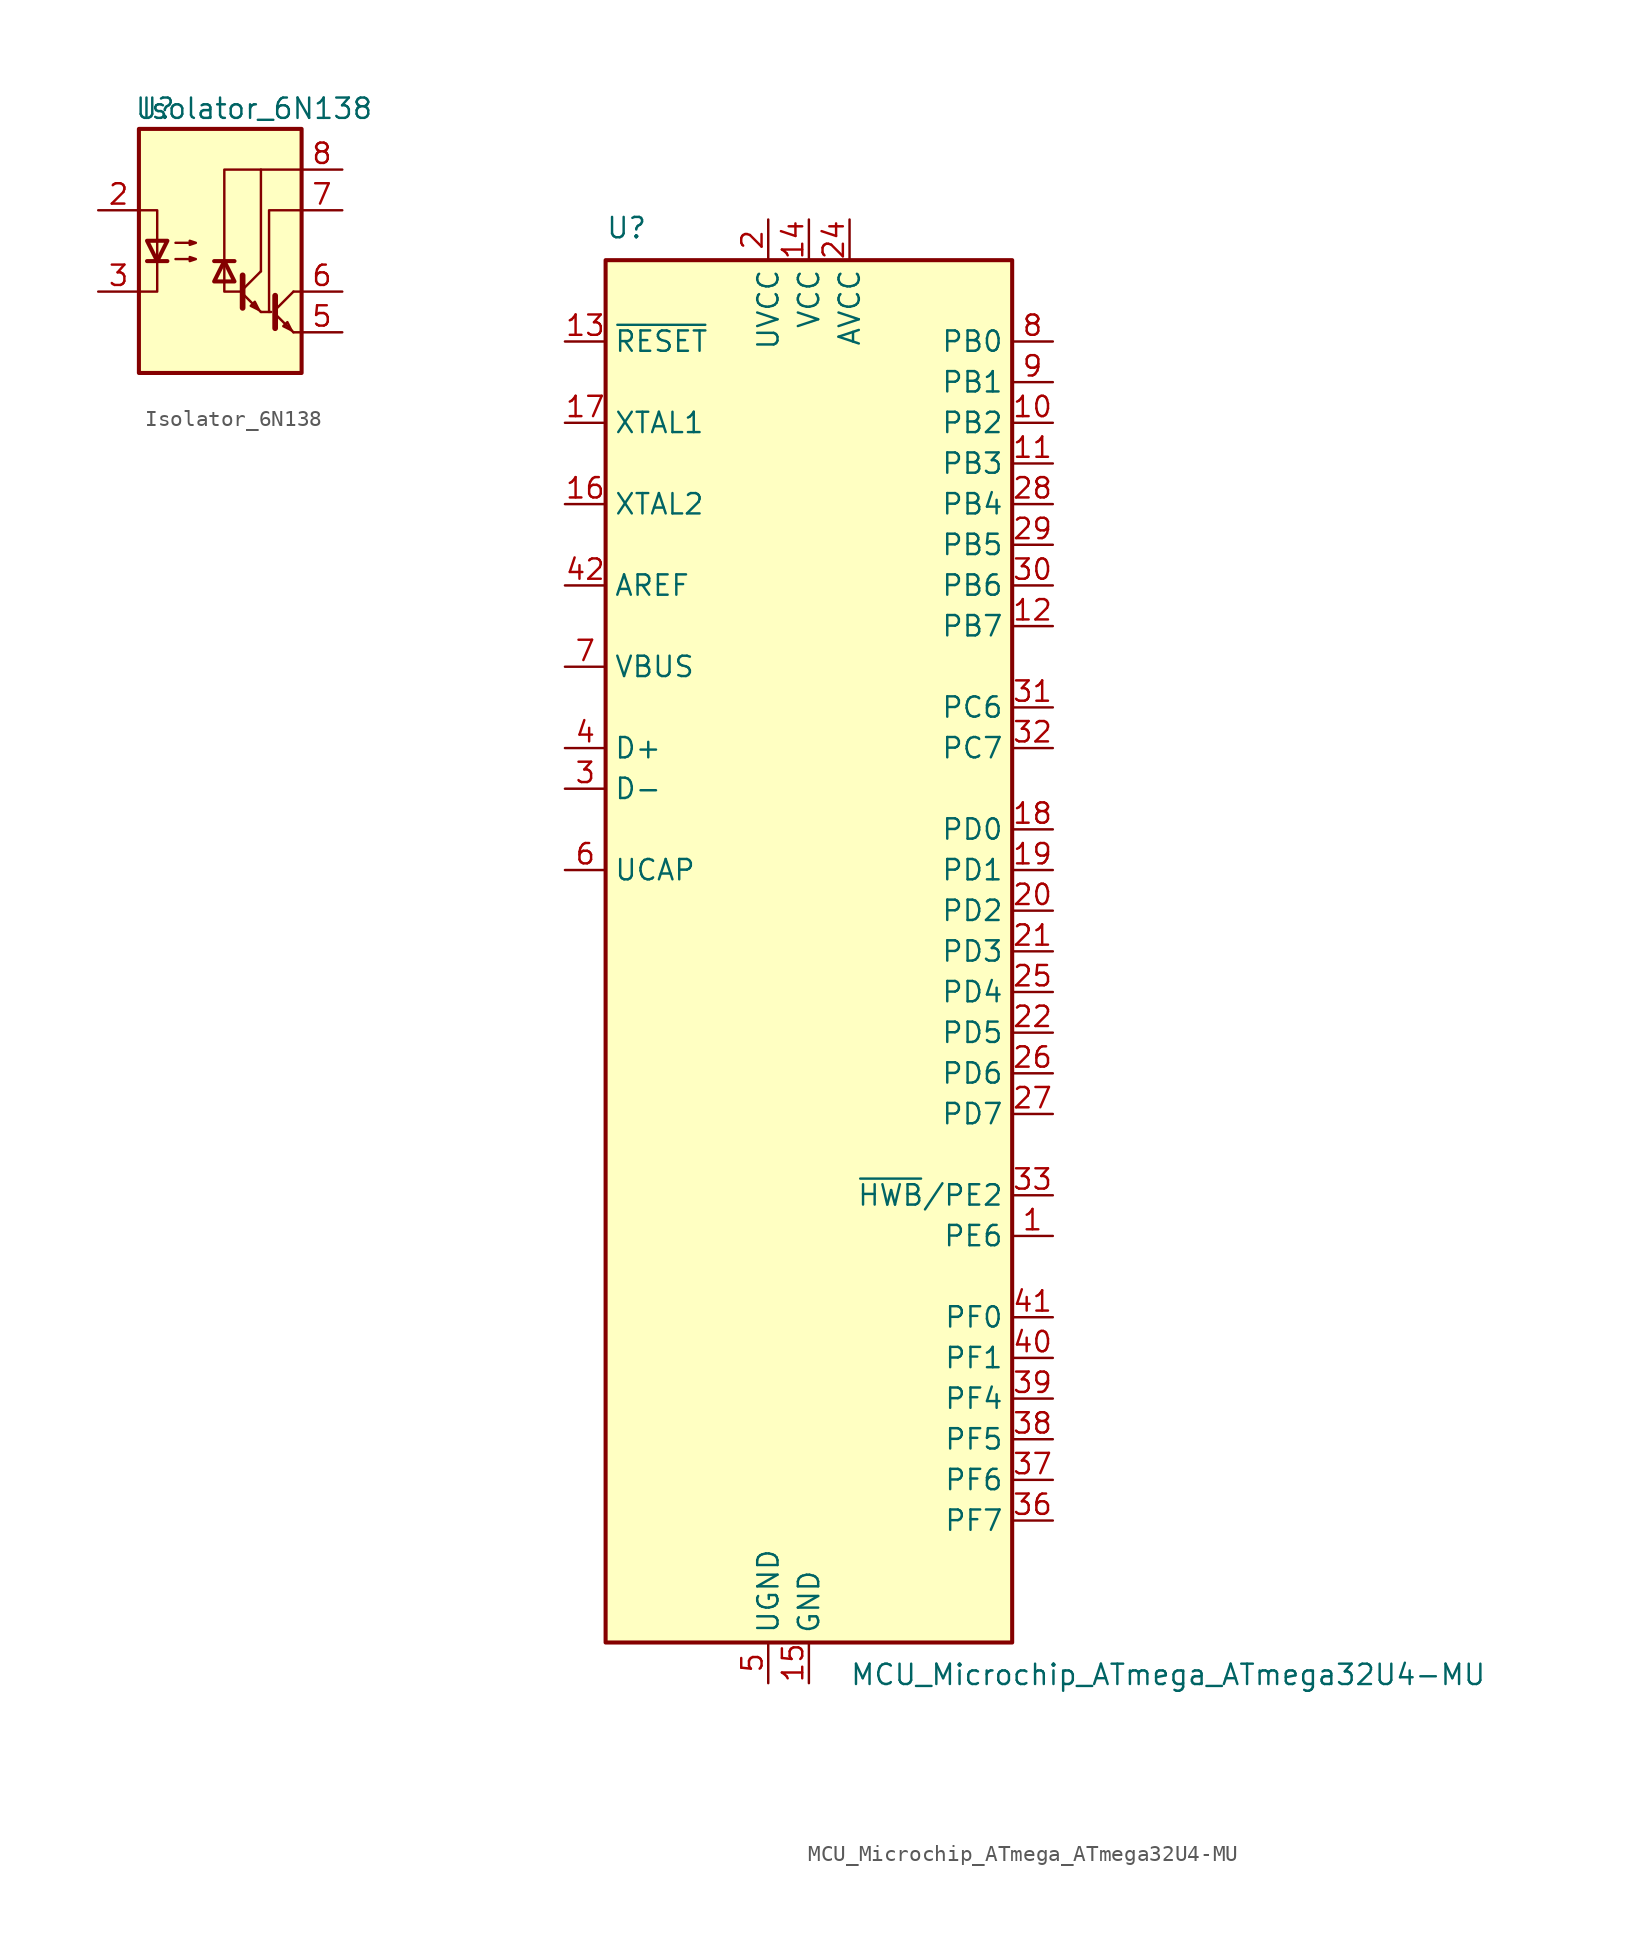
<source format=kicad_sym>
(kicad_symbol_lib
  (version 20231120)
  (generator "kicad_symbol_editor")
  (generator_version "8.0")
  (symbol "Isolator_6N138"
    (pin_names
      (offset 1.016) hide)
    (property "Reference" "U"
      (at -4.064 8.89 0)
      (effects (font (size 1.27 1.27))))
    (property "Value" "Isolator_6N138"
      (at 2.286 8.89 0)
      (effects (font (size 1.27 1.27))))
    (symbol "Isolator_6N138_0_1"
      (rectangle (start -5.08 7.62) (end 5.08 -7.62) (stroke (width 0.254) (type solid)) (fill (type background)))
      (polyline (pts (xy -4.572 -0.635) (xy -3.302 -0.635)) (stroke (width 0.254) (type solid)) (fill (type none)))
      (polyline (pts (xy 0.889 -0.635) (xy -0.381 -0.635)) (stroke (width 0.254) (type solid)) (fill (type none)))
      (polyline (pts (xy 1.397 -2.667) (xy 2.54 -3.81)) (stroke (width 0) (type solid)) (fill (type none)))
      (polyline (pts (xy 1.397 -2.413) (xy 2.54 -1.27)) (stroke (width 0) (type solid)) (fill (type none)))
      (polyline (pts (xy 2.54 -3.81) (xy 3.175 -3.81)) (stroke (width 0) (type solid)) (fill (type none)))
      (polyline (pts (xy 3.429 -3.937) (xy 4.572 -5.08)) (stroke (width 0) (type solid)) (fill (type none)))
      (polyline (pts (xy 3.429 -3.683) (xy 4.572 -2.54)) (stroke (width 0) (type solid)) (fill (type none)))
      (polyline (pts (xy 4.572 -5.08) (xy 5.08 -5.08)) (stroke (width 0) (type solid)) (fill (type none)))
      (polyline (pts (xy 4.572 -2.54) (xy 5.08 -2.54)) (stroke (width 0) (type solid)) (fill (type none)))
      (polyline (pts (xy 1.397 -1.524) (xy 1.397 -3.556) (xy 1.397 -3.556)) (stroke (width 0.356) (type solid)) (fill (type none)))
      (polyline (pts (xy 2.54 -1.27) (xy 2.54 5.08) (xy 5.08 5.08)) (stroke (width 0) (type solid)) (fill (type none)))
      (polyline (pts (xy 3.429 -2.794) (xy 3.429 -4.826) (xy 3.429 -4.826)) (stroke (width 0.356) (type solid)) (fill (type none)))
      (polyline (pts (xy 5.08 2.54) (xy 3.048 2.54) (xy 3.048 -3.81)) (stroke (width 0) (type solid)) (fill (type none)))
      (polyline (pts (xy -5.08 -2.54) (xy -3.937 -2.54) (xy -3.937 2.54) (xy -5.08 2.54)) (stroke (width 0) (type solid)) (fill (type none)))
      (polyline (pts (xy -3.937 -0.635) (xy -4.572 0.635) (xy -3.302 0.635) (xy -3.937 -0.635)) (stroke (width 0.254) (type solid)) (fill (type none)))
      (polyline (pts (xy 0.254 -0.635) (xy 0.889 -1.905) (xy -0.381 -1.905) (xy 0.254 -0.635)) (stroke (width 0.254) (type solid)) (fill (type none)))
      (polyline (pts (xy 1.27 -2.54) (xy 0.254 -2.54) (xy 0.254 5.08) (xy 2.54 5.08)) (stroke (width 0) (type solid)) (fill (type none)))
      (polyline (pts (xy 2.413 -3.683) (xy 2.159 -3.175) (xy 1.905 -3.429) (xy 2.413 -3.683)) (stroke (width 0) (type solid)) (fill (type none)))
      (polyline (pts (xy 4.445 -4.953) (xy 4.191 -4.445) (xy 3.937 -4.699) (xy 4.445 -4.953)) (stroke (width 0) (type solid)) (fill (type none)))
      (polyline (pts (xy -2.794 -0.508) (xy -1.524 -0.508) (xy -1.905 -0.635) (xy -1.905 -0.381) (xy -1.524 -0.508)) (stroke (width 0) (type solid)) (fill (type none)))
      (polyline (pts (xy -2.794 0.508) (xy -1.524 0.508) (xy -1.905 0.381) (xy -1.905 0.635) (xy -1.524 0.508)) (stroke (width 0) (type solid)) (fill (type none))))
    (symbol "Isolator_6N138_1_1"
      (pin no_connect line (at -5.08 5.08 0) (length 2.54) hide (name "NC" (effects (font (size 1.27 1.27)))) (number "1" (effects (font (size 1.27 1.27)))))
      (pin passive line (at -7.62 2.54 0) (length 2.54) (name "C1" (effects (font (size 1.27 1.27)))) (number "2" (effects (font (size 1.27 1.27)))))
      (pin passive line (at -7.62 -2.54 0) (length 2.54) (name "C2" (effects (font (size 1.27 1.27)))) (number "3" (effects (font (size 1.27 1.27)))))
      (pin no_connect line (at -5.08 -5.08 0) (length 2.54) hide (name "NC" (effects (font (size 1.27 1.27)))) (number "4" (effects (font (size 1.27 1.27)))))
      (pin passive line (at 7.62 -5.08 180) (length 2.54) (name "GND" (effects (font (size 1.27 1.27)))) (number "5" (effects (font (size 1.27 1.27)))))
      (pin passive line (at 7.62 -2.54 180) (length 2.54) (name "VO2" (effects (font (size 1.27 1.27)))) (number "6" (effects (font (size 1.27 1.27)))))
      (pin passive line (at 7.62 2.54 180) (length 2.54) (name "VO1" (effects (font (size 1.27 1.27)))) (number "7" (effects (font (size 1.27 1.27)))))
      (pin passive line (at 7.62 5.08 180) (length 2.54) (name "VCC" (effects (font (size 1.27 1.27)))) (number "8" (effects (font (size 1.27 1.27)))))))
  (symbol "MCU_Microchip_ATmega_ATmega32U4-MU"
    (property "Reference" "U"
      (at -12.7 44.45 0)
      (effects (font (size 1.27 1.27)) (justify left bottom)))
    (property "Value" "MCU_Microchip_ATmega_ATmega32U4-MU"
      (at 2.54 -44.45 0)
      (effects (font (size 1.27 1.27)) (justify left top)))
    (symbol "MCU_Microchip_ATmega_ATmega32U4-MU_0_1"
      (rectangle (start -12.7 -43.18) (end 12.7 43.18) (stroke (width 0.254) (type solid)) (fill (type background))))
    (symbol "MCU_Microchip_ATmega_ATmega32U4-MU_1_1"
      (pin bidirectional line (at 15.24 -17.78 180) (length 2.54) (name "PE6" (effects (font (size 1.27 1.27)))) (number "1" (effects (font (size 1.27 1.27)))))
      (pin bidirectional line (at 15.24 33.02 180) (length 2.54) (name "PB2" (effects (font (size 1.27 1.27)))) (number "10" (effects (font (size 1.27 1.27)))))
      (pin bidirectional line (at 15.24 30.48 180) (length 2.54) (name "PB3" (effects (font (size 1.27 1.27)))) (number "11" (effects (font (size 1.27 1.27)))))
      (pin bidirectional line (at 15.24 20.32 180) (length 2.54) (name "PB7" (effects (font (size 1.27 1.27)))) (number "12" (effects (font (size 1.27 1.27)))))
      (pin input line (at -15.24 38.1 0) (length 2.54) (name "~{RESET}" (effects (font (size 1.27 1.27)))) (number "13" (effects (font (size 1.27 1.27)))))
      (pin power_in line (at 0 45.72 270) (length 2.54) (name "VCC" (effects (font (size 1.27 1.27)))) (number "14" (effects (font (size 1.27 1.27)))))
      (pin power_in line (at 0 -45.72 90) (length 2.54) (name "GND" (effects (font (size 1.27 1.27)))) (number "15" (effects (font (size 1.27 1.27)))))
      (pin output line (at -15.24 27.94 0) (length 2.54) (name "XTAL2" (effects (font (size 1.27 1.27)))) (number "16" (effects (font (size 1.27 1.27)))))
      (pin input line (at -15.24 33.02 0) (length 2.54) (name "XTAL1" (effects (font (size 1.27 1.27)))) (number "17" (effects (font (size 1.27 1.27)))))
      (pin bidirectional line (at 15.24 7.62 180) (length 2.54) (name "PD0" (effects (font (size 1.27 1.27)))) (number "18" (effects (font (size 1.27 1.27)))))
      (pin bidirectional line (at 15.24 5.08 180) (length 2.54) (name "PD1" (effects (font (size 1.27 1.27)))) (number "19" (effects (font (size 1.27 1.27)))))
      (pin power_in line (at -2.54 45.72 270) (length 2.54) (name "UVCC" (effects (font (size 1.27 1.27)))) (number "2" (effects (font (size 1.27 1.27)))))
      (pin bidirectional line (at 15.24 2.54 180) (length 2.54) (name "PD2" (effects (font (size 1.27 1.27)))) (number "20" (effects (font (size 1.27 1.27)))))
      (pin bidirectional line (at 15.24 0 180) (length 2.54) (name "PD3" (effects (font (size 1.27 1.27)))) (number "21" (effects (font (size 1.27 1.27)))))
      (pin bidirectional line (at 15.24 -5.08 180) (length 2.54) (name "PD5" (effects (font (size 1.27 1.27)))) (number "22" (effects (font (size 1.27 1.27)))))
      (pin passive line (at 0 -45.72 90) (length 2.54) hide (name "GND" (effects (font (size 1.27 1.27)))) (number "23" (effects (font (size 1.27 1.27)))))
      (pin power_in line (at 2.54 45.72 270) (length 2.54) (name "AVCC" (effects (font (size 1.27 1.27)))) (number "24" (effects (font (size 1.27 1.27)))))
      (pin bidirectional line (at 15.24 -2.54 180) (length 2.54) (name "PD4" (effects (font (size 1.27 1.27)))) (number "25" (effects (font (size 1.27 1.27)))))
      (pin bidirectional line (at 15.24 -7.62 180) (length 2.54) (name "PD6" (effects (font (size 1.27 1.27)))) (number "26" (effects (font (size 1.27 1.27)))))
      (pin bidirectional line (at 15.24 -10.16 180) (length 2.54) (name "PD7" (effects (font (size 1.27 1.27)))) (number "27" (effects (font (size 1.27 1.27)))))
      (pin bidirectional line (at 15.24 27.94 180) (length 2.54) (name "PB4" (effects (font (size 1.27 1.27)))) (number "28" (effects (font (size 1.27 1.27)))))
      (pin bidirectional line (at 15.24 25.4 180) (length 2.54) (name "PB5" (effects (font (size 1.27 1.27)))) (number "29" (effects (font (size 1.27 1.27)))))
      (pin bidirectional line (at -15.24 10.16 0) (length 2.54) (name "D-" (effects (font (size 1.27 1.27)))) (number "3" (effects (font (size 1.27 1.27)))))
      (pin bidirectional line (at 15.24 22.86 180) (length 2.54) (name "PB6" (effects (font (size 1.27 1.27)))) (number "30" (effects (font (size 1.27 1.27)))))
      (pin bidirectional line (at 15.24 15.24 180) (length 2.54) (name "PC6" (effects (font (size 1.27 1.27)))) (number "31" (effects (font (size 1.27 1.27)))))
      (pin bidirectional line (at 15.24 12.7 180) (length 2.54) (name "PC7" (effects (font (size 1.27 1.27)))) (number "32" (effects (font (size 1.27 1.27)))))
      (pin bidirectional line (at 15.24 -15.24 180) (length 2.54) (name "~{HWB}/PE2" (effects (font (size 1.27 1.27)))) (number "33" (effects (font (size 1.27 1.27)))))
      (pin passive line (at 0 45.72 270) (length 2.54) hide (name "VCC" (effects (font (size 1.27 1.27)))) (number "34" (effects (font (size 1.27 1.27)))))
      (pin passive line (at 0 -45.72 90) (length 2.54) hide (name "GND" (effects (font (size 1.27 1.27)))) (number "35" (effects (font (size 1.27 1.27)))))
      (pin bidirectional line (at 15.24 -35.56 180) (length 2.54) (name "PF7" (effects (font (size 1.27 1.27)))) (number "36" (effects (font (size 1.27 1.27)))))
      (pin bidirectional line (at 15.24 -33.02 180) (length 2.54) (name "PF6" (effects (font (size 1.27 1.27)))) (number "37" (effects (font (size 1.27 1.27)))))
      (pin bidirectional line (at 15.24 -30.48 180) (length 2.54) (name "PF5" (effects (font (size 1.27 1.27)))) (number "38" (effects (font (size 1.27 1.27)))))
      (pin bidirectional line (at 15.24 -27.94 180) (length 2.54) (name "PF4" (effects (font (size 1.27 1.27)))) (number "39" (effects (font (size 1.27 1.27)))))
      (pin bidirectional line (at -15.24 12.7 0) (length 2.54) (name "D+" (effects (font (size 1.27 1.27)))) (number "4" (effects (font (size 1.27 1.27)))))
      (pin bidirectional line (at 15.24 -25.4 180) (length 2.54) (name "PF1" (effects (font (size 1.27 1.27)))) (number "40" (effects (font (size 1.27 1.27)))))
      (pin bidirectional line (at 15.24 -22.86 180) (length 2.54) (name "PF0" (effects (font (size 1.27 1.27)))) (number "41" (effects (font (size 1.27 1.27)))))
      (pin passive line (at -15.24 22.86 0) (length 2.54) (name "AREF" (effects (font (size 1.27 1.27)))) (number "42" (effects (font (size 1.27 1.27)))))
      (pin passive line (at 0 -45.72 90) (length 2.54) hide (name "GND" (effects (font (size 1.27 1.27)))) (number "43" (effects (font (size 1.27 1.27)))))
      (pin passive line (at 2.54 45.72 270) (length 2.54) hide (name "AVCC" (effects (font (size 1.27 1.27)))) (number "44" (effects (font (size 1.27 1.27)))))
      (pin passive line (at 0 -45.72 90) (length 2.54) hide (name "GND" (effects (font (size 1.27 1.27)))) (number "45" (effects (font (size 1.27 1.27)))))
      (pin passive line (at -2.54 -45.72 90) (length 2.54) (name "UGND" (effects (font (size 1.27 1.27)))) (number "5" (effects (font (size 1.27 1.27)))))
      (pin passive line (at -15.24 5.08 0) (length 2.54) (name "UCAP" (effects (font (size 1.27 1.27)))) (number "6" (effects (font (size 1.27 1.27)))))
      (pin input line (at -15.24 17.78 0) (length 2.54) (name "VBUS" (effects (font (size 1.27 1.27)))) (number "7" (effects (font (size 1.27 1.27)))))
      (pin bidirectional line (at 15.24 38.1 180) (length 2.54) (name "PB0" (effects (font (size 1.27 1.27)))) (number "8" (effects (font (size 1.27 1.27)))))
      (pin bidirectional line (at 15.24 35.56 180) (length 2.54) (name "PB1" (effects (font (size 1.27 1.27)))) (number "9" (effects (font (size 1.27 1.27))))))))
</source>
